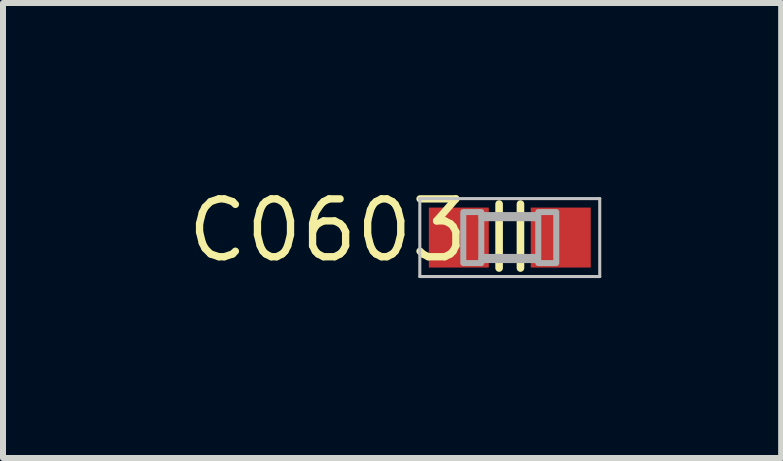
<source format=kicad_pcb>
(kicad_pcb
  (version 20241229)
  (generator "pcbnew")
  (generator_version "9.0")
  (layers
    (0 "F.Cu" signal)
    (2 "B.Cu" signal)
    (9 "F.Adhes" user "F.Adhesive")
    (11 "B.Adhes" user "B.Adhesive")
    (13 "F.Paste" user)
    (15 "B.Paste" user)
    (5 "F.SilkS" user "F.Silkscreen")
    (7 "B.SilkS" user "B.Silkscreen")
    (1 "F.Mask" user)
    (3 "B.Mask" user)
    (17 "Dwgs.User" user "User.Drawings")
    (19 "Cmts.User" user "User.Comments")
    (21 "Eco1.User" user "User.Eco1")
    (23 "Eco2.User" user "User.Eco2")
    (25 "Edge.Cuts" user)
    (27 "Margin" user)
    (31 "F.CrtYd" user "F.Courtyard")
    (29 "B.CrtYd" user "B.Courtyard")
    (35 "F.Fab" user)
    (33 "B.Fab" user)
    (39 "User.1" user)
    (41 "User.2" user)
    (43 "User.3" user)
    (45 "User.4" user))
  (footprint "C0603"
    (layer "F.Cu")
    (at 5.45 0.911)
    (property "Reference" "C0603" (at -0.635 -0.685 0) (layer "F.SilkS") (effects (font (size 0.965 0.965) (thickness 0.122)) (justify right top)))
    (attr through_hole)
    (fp_line (start -0.178 -0.559) (end -0.178 0.508) (stroke (width 0.127) (type solid)) (layer "F.SilkS"))
    (fp_line (start 0.178 -0.559) (end 0.178 0.508) (stroke (width 0.127) (type solid)) (layer "F.SilkS"))
    (fp_line (start -1.5 -0.65) (end 1.5 -0.65) (stroke (width 0.051) (type solid)) (layer "Dwgs.User"))
    (fp_line (start -1.5 0.65) (end -1.5 -0.65) (stroke (width 0.051) (type solid)) (layer "Dwgs.User"))
    (fp_line (start 1.5 -0.65) (end 1.5 0.65) (stroke (width 0.051) (type solid)) (layer "Dwgs.User"))
    (fp_line (start 1.5 0.65) (end -1.5 0.65) (stroke (width 0.051) (type solid)) (layer "Dwgs.User"))
    (fp_line (start -0.445 -0.349) (end 0.445 -0.349) (stroke (width 0.152) (type solid)) (layer "F.Fab"))
    (fp_line (start 0.445 0.349) (end -0.445 0.349) (stroke (width 0.152) (type solid)) (layer "F.Fab"))
    (fp_poly (pts (xy -0.775 0.425) (xy -0.475 0.425) (xy -0.475 -0.425) (xy -0.775 -0.425)) (stroke (width 0.1) (type solid)) (fill no) (layer "F.Fab"))
    (fp_poly (pts (xy 0.475 0.425) (xy 0.775 0.425) (xy 0.775 -0.425) (xy 0.475 -0.425)) (stroke (width 0.1) (type solid)) (fill no) (layer "F.Fab"))
    (pad "1" smd rect (at -0.85 0) (size 1 1) (layers "F.Cu" "F.Mask" "F.Paste"))
    (pad "2" smd rect (at 0.85 0) (size 1 1) (layers "F.Cu" "F.Mask" "F.Paste")))
  (gr_rect
    (start -3 -3)
    (end 9.975 4.587)
    (stroke (width 0.1) (type default))
    (fill no)
    (layer "Edge.Cuts")))
</source>
